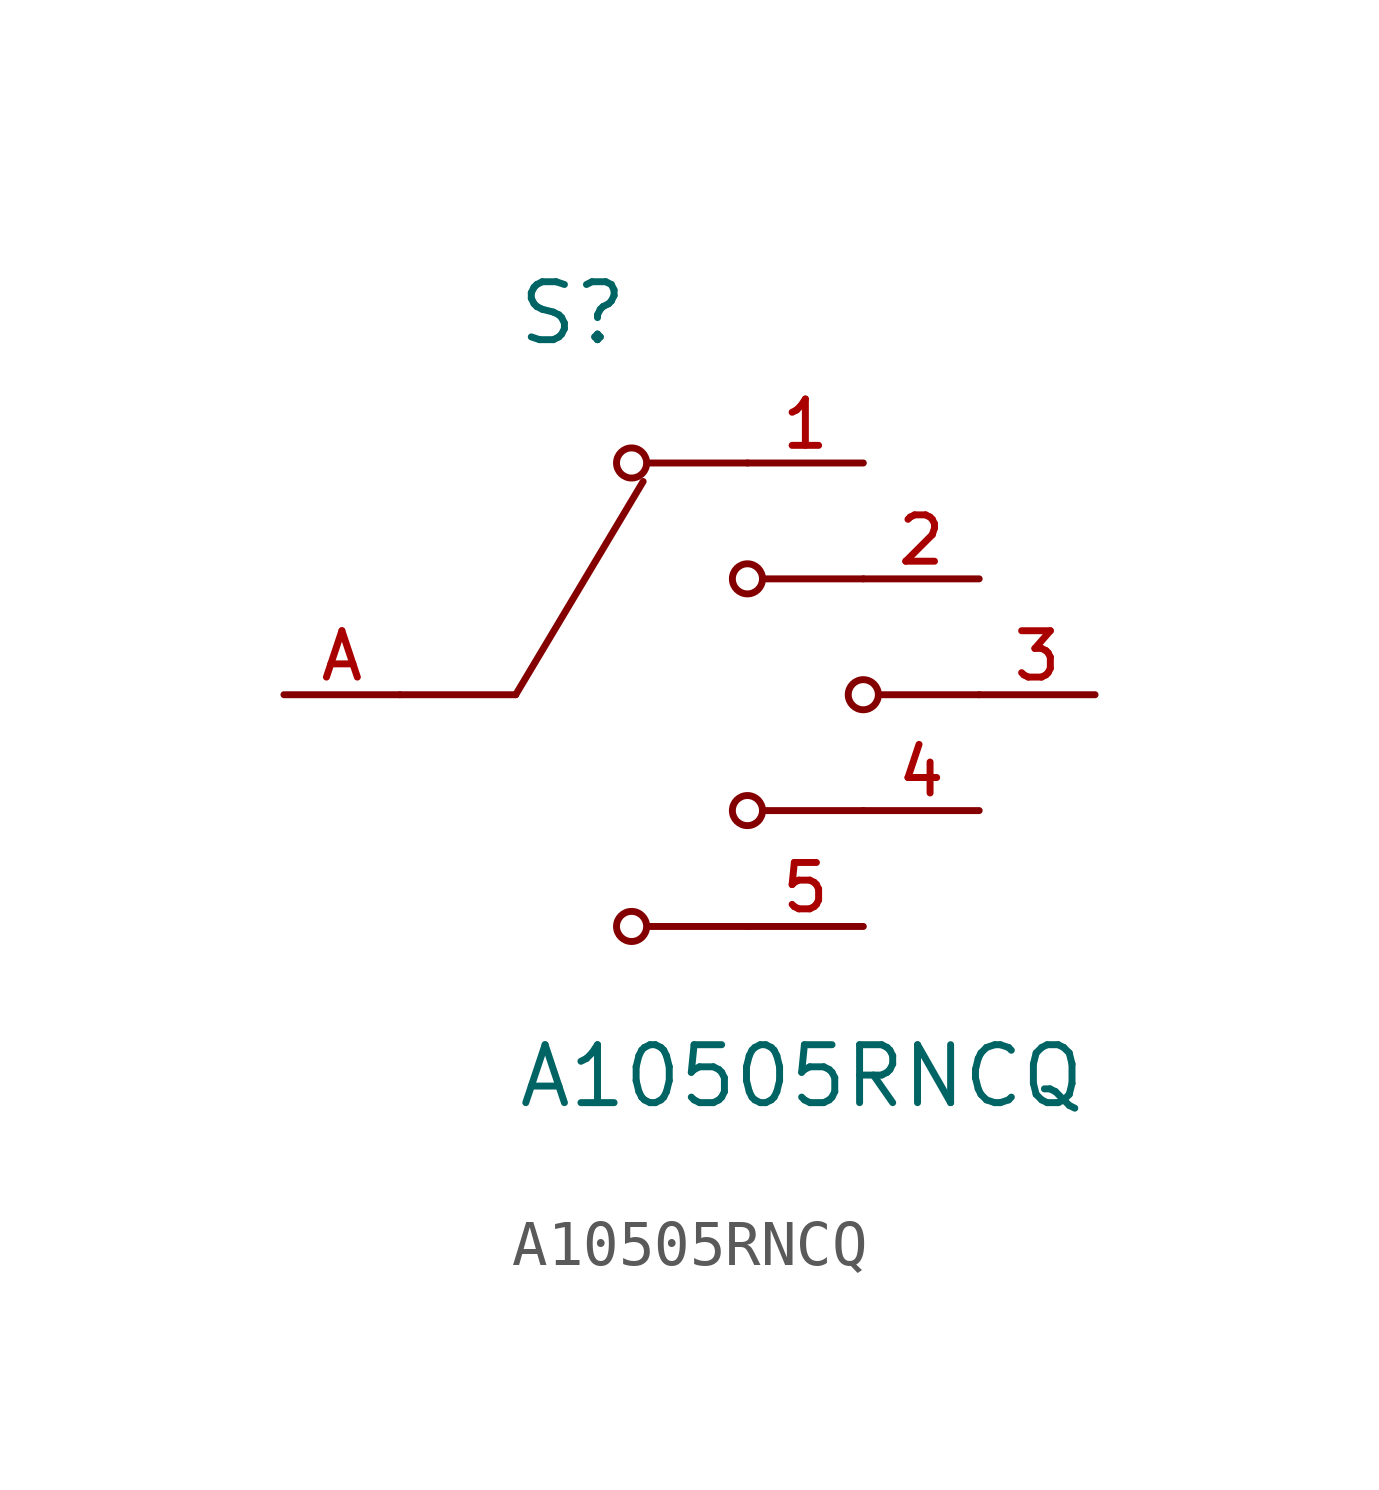
<source format=kicad_sym>
(kicad_symbol_lib
  (version 20211014)
  (generator kicad_symbol_editor)
  (symbol "A10505RNCQ"
    (pin_names
      (offset 1.016))
    (property "Reference" "S"
      (at -5.08 7.62 0)
      (effects (font (size 1.27 1.27)) (justify bottom left)))
    (property "Value" "A10505RNCQ"
      (at -5.08 -7.62 0)
      (effects (font (size 1.27 1.27)) (justify top left)))
    (symbol "A10505RNCQ_0_0"
      (polyline (pts (xy -5.08 0.0) (xy -2.286 4.674)) (stroke (width 0.152)))
      (circle (center 0.0 2.54) (radius 0.33) (stroke (width 0.152)) (fill (type none)))
      (circle (center 2.54 0.0) (radius 0.33) (stroke (width 0.152)) (fill (type none)))
      (polyline (pts (xy 5.08 0.0) (xy 2.921 0.0)) (stroke (width 0.152)))
      (polyline (pts (xy 2.54 2.54) (xy 0.381 2.54)) (stroke (width 0.152)))
      (polyline (pts (xy -5.08 0.0) (xy -7.62 0.0)) (stroke (width 0.152)))
      (circle (center 0.0 -2.54) (radius 0.33) (stroke (width 0.152)) (fill (type none)))
      (polyline (pts (xy 2.54 -2.54) (xy 0.381 -2.54)) (stroke (width 0.152)))
      (circle (center -2.54 5.08) (radius 0.33) (stroke (width 0.152)) (fill (type none)))
      (polyline (pts (xy 0.0 5.08) (xy -2.159 5.08)) (stroke (width 0.152)))
      (circle (center -2.54 -5.08) (radius 0.33) (stroke (width 0.152)) (fill (type none)))
      (polyline (pts (xy 0.0 -5.08) (xy -2.159 -5.08)) (stroke (width 0.152)))
      (pin passive line (at 5.08 2.54 180.0) (length 2.54) (name "~" (effects (font (size 1.016 1.016)))) (number "2" (effects (font (size 1.016 1.016)))))
      (pin passive line (at -10.16 0.0 0) (length 2.54) (name "~" (effects (font (size 1.016 1.016)))) (number "A" (effects (font (size 1.016 1.016)))))
      (pin passive line (at 7.62 0.0 180.0) (length 2.54) (name "~" (effects (font (size 1.016 1.016)))) (number "3" (effects (font (size 1.016 1.016)))))
      (pin passive line (at 5.08 -2.54 180.0) (length 2.54) (name "~" (effects (font (size 1.016 1.016)))) (number "4" (effects (font (size 1.016 1.016)))))
      (pin passive line (at 2.54 5.08 180.0) (length 2.54) (name "~" (effects (font (size 1.016 1.016)))) (number "1" (effects (font (size 1.016 1.016)))))
      (pin passive line (at 2.54 -5.08 180.0) (length 2.54) (name "~" (effects (font (size 1.016 1.016)))) (number "5" (effects (font (size 1.016 1.016))))))))
</source>
